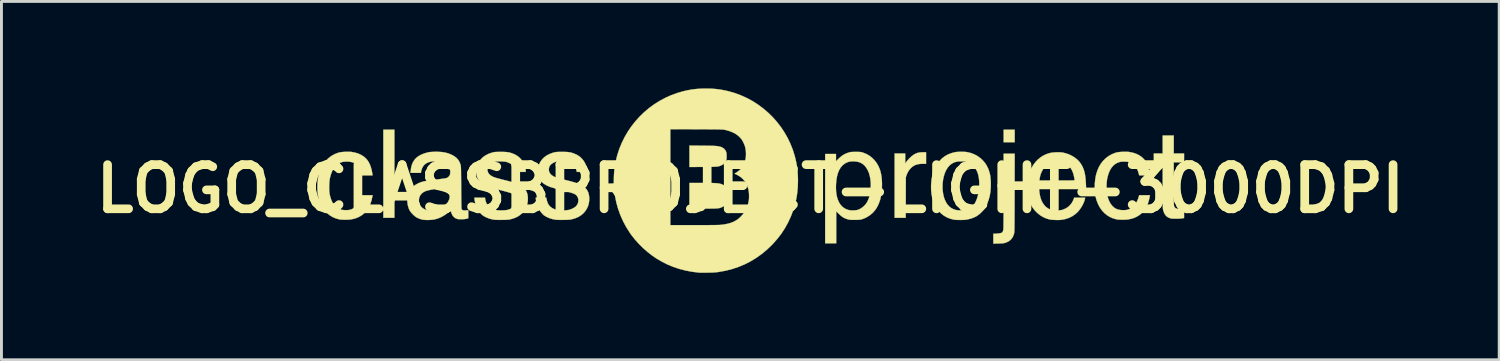
<source format=kicad_pcb>
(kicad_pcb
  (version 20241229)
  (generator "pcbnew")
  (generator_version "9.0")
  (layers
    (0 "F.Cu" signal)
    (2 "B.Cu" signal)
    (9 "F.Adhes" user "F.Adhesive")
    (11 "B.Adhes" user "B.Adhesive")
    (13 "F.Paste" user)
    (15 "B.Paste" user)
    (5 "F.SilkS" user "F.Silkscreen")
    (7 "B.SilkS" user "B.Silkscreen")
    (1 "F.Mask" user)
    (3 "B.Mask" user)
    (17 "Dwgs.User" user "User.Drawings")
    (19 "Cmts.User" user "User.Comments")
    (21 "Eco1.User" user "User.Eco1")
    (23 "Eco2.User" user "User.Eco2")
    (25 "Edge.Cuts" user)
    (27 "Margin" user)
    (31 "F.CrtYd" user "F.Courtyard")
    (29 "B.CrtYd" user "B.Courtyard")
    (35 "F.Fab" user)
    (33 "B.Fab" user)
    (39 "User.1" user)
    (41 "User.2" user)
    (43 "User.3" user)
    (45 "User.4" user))
  (footprint "LOGO_CLASSBPROJECT-LIGHT-3000DPI"
    (layer "F.Cu")
    (at 22.831 3.463)
    (property "Reference" "LOGO_CLASSBPROJECT-LIGHT-3000DPI" (at 0 0 0) (layer "F.SilkS") (effects (font (size 1.524 1.524) (thickness 0.3))))
    (attr through_hole)
    (fp_poly (pts (xy -12.277 0.999) (xy -12.658 0.999) (xy -12.658 -2.04) (xy -12.277 -2.04) (xy -12.277 0.999)) (stroke (width 0.01) (type solid)) (fill yes) (layer "F.SilkS"))
    (fp_poly (pts (xy 9.119 -1.609) (xy 8.738 -1.609) (xy 8.738 -2.04) (xy 9.119 -2.04) (xy 9.119 -1.609)) (stroke (width 0.01) (type solid)) (fill yes) (layer "F.SilkS"))
    (fp_poly (pts (xy 6.062 -0.864) (xy 5.949 -0.864) (xy 5.852 -0.859) (xy 5.766 -0.845) (xy 5.692 -0.822) (xy 5.625 -0.787) (xy 5.564 -0.74) (xy 5.531 -0.708) (xy 5.481 -0.649) (xy 5.442 -0.591) (xy 5.41 -0.527) (xy 5.39 -0.476) (xy 5.364 -0.402) (xy 5.361 0.298) (xy 5.359 0.999) (xy 4.978 0.999) (xy 4.978 -1.219) (xy 5.342 -1.219) (xy 5.342 -0.869) (xy 5.367 -0.908) (xy 5.396 -0.948) (xy 5.435 -0.995) (xy 5.479 -1.043) (xy 5.525 -1.089) (xy 5.569 -1.128) (xy 5.575 -1.133) (xy 5.641 -1.181) (xy 5.707 -1.217) (xy 5.774 -1.241) (xy 5.849 -1.256) (xy 5.933 -1.261) (xy 5.955 -1.262) (xy 6.062 -1.262) (xy 6.062 -0.864)) (stroke (width 0.01) (type solid)) (fill yes) (layer "F.SilkS"))
    (fp_poly (pts (xy -1.67 -0.203) (xy -1.553 -0.203) (xy -1.451 -0.202) (xy -1.363 -0.201) (xy -1.288 -0.2) (xy -1.224 -0.197) (xy -1.169 -0.194) (xy -1.123 -0.189) (xy -1.083 -0.184) (xy -1.049 -0.177) (xy -1.018 -0.169) (xy -0.99 -0.159) (xy -0.962 -0.147) (xy -0.942 -0.138) (xy -0.877 -0.097) (xy -0.824 -0.045) (xy -0.783 0.018) (xy -0.757 0.089) (xy -0.75 0.124) (xy -0.747 0.171) (xy -0.746 0.224) (xy -0.747 0.277) (xy -0.751 0.325) (xy -0.754 0.343) (xy -0.776 0.419) (xy -0.811 0.488) (xy -0.859 0.548) (xy -0.917 0.598) (xy -0.968 0.627) (xy -0.991 0.638) (xy -1.013 0.647) (xy -1.034 0.655) (xy -1.056 0.661) (xy -1.082 0.666) (xy -1.112 0.671) (xy -1.147 0.674) (xy -1.19 0.677) (xy -1.242 0.679) (xy -1.304 0.68) (xy -1.378 0.681) (xy -1.465 0.682) (xy -1.566 0.683) (xy -1.619 0.684) (xy -2.1 0.687) (xy -2.1 -0.203) (xy -1.67 -0.203)) (stroke (width 0.01) (type solid)) (fill yes) (layer "F.SilkS"))
    (fp_poly (pts (xy -1.645 -1.488) (xy -1.539 -1.487) (xy -1.449 -1.486) (xy -1.373 -1.484) (xy -1.308 -1.483) (xy -1.254 -1.481) (xy -1.209 -1.479) (xy -1.17 -1.476) (xy -1.137 -1.472) (xy -1.108 -1.468) (xy -1.081 -1.462) (xy -1.054 -1.456) (xy -1.026 -1.448) (xy -1.013 -1.444) (xy -0.955 -1.419) (xy -0.903 -1.379) (xy -0.866 -1.335) (xy -0.846 -1.302) (xy -0.832 -1.27) (xy -0.824 -1.234) (xy -0.819 -1.191) (xy -0.818 -1.135) (xy -0.818 -1.122) (xy -0.818 -1.074) (xy -0.82 -1.039) (xy -0.824 -1.012) (xy -0.831 -0.987) (xy -0.837 -0.972) (xy -0.869 -0.913) (xy -0.913 -0.864) (xy -0.971 -0.824) (xy -0.987 -0.817) (xy -1.011 -0.805) (xy -1.034 -0.795) (xy -1.056 -0.787) (xy -1.079 -0.78) (xy -1.104 -0.774) (xy -1.134 -0.769) (xy -1.169 -0.766) (xy -1.211 -0.763) (xy -1.262 -0.761) (xy -1.323 -0.759) (xy -1.395 -0.758) (xy -1.481 -0.757) (xy -1.582 -0.756) (xy -1.632 -0.756) (xy -2.1 -0.752) (xy -2.1 -1.492) (xy -1.645 -1.488)) (stroke (width 0.01) (type solid)) (fill yes) (layer "F.SilkS"))
    (fp_poly (pts (xy 9.116 0.133) (xy 9.116 0.311) (xy 9.115 0.472) (xy 9.115 0.618) (xy 9.115 0.75) (xy 9.114 0.868) (xy 9.114 0.973) (xy 9.113 1.066) (xy 9.113 1.147) (xy 9.112 1.218) (xy 9.111 1.28) (xy 9.111 1.332) (xy 9.11 1.376) (xy 9.109 1.414) (xy 9.108 1.444) (xy 9.107 1.469) (xy 9.105 1.489) (xy 9.104 1.505) (xy 9.102 1.518) (xy 9.101 1.528) (xy 9.099 1.537) (xy 9.071 1.622) (xy 9.032 1.695) (xy 8.982 1.755) (xy 8.919 1.805) (xy 8.844 1.844) (xy 8.776 1.867) (xy 8.75 1.873) (xy 8.716 1.878) (xy 8.672 1.881) (xy 8.615 1.884) (xy 8.553 1.886) (xy 8.382 1.89) (xy 8.382 1.549) (xy 8.435 1.549) (xy 8.482 1.548) (xy 8.533 1.543) (xy 8.583 1.537) (xy 8.626 1.529) (xy 8.658 1.52) (xy 8.661 1.519) (xy 8.686 1.505) (xy 8.704 1.483) (xy 8.717 1.45) (xy 8.727 1.405) (xy 8.729 1.392) (xy 8.73 1.375) (xy 8.731 1.341) (xy 8.732 1.292) (xy 8.733 1.227) (xy 8.734 1.147) (xy 8.735 1.052) (xy 8.735 0.943) (xy 8.736 0.82) (xy 8.737 0.684) (xy 8.737 0.535) (xy 8.737 0.374) (xy 8.737 0.201) (xy 8.737 0.061) (xy 8.738 -1.211) (xy 9.119 -1.211) (xy 9.116 0.133)) (stroke (width 0.01) (type solid)) (fill yes) (layer "F.SilkS"))
    (fp_poly (pts (xy 14.605 -1.219) (xy 14.961 -1.219) (xy 14.961 -0.914) (xy 14.605 -0.914) (xy 14.605 -0.171) (xy 14.605 -0.042) (xy 14.605 0.072) (xy 14.605 0.171) (xy 14.606 0.256) (xy 14.606 0.329) (xy 14.607 0.39) (xy 14.607 0.441) (xy 14.608 0.482) (xy 14.609 0.515) (xy 14.61 0.541) (xy 14.612 0.562) (xy 14.613 0.577) (xy 14.615 0.588) (xy 14.617 0.597) (xy 14.62 0.603) (xy 14.621 0.605) (xy 14.638 0.636) (xy 14.658 0.659) (xy 14.684 0.675) (xy 14.719 0.686) (xy 14.765 0.692) (xy 14.824 0.694) (xy 14.846 0.694) (xy 14.961 0.694) (xy 14.961 1.005) (xy 14.912 1.016) (xy 14.879 1.021) (xy 14.835 1.025) (xy 14.782 1.028) (xy 14.724 1.03) (xy 14.666 1.03) (xy 14.61 1.029) (xy 14.561 1.027) (xy 14.522 1.024) (xy 14.501 1.02) (xy 14.43 0.995) (xy 14.37 0.959) (xy 14.321 0.91) (xy 14.281 0.848) (xy 14.251 0.773) (xy 14.238 0.722) (xy 14.235 0.71) (xy 14.233 0.696) (xy 14.231 0.678) (xy 14.23 0.656) (xy 14.229 0.628) (xy 14.227 0.594) (xy 14.227 0.551) (xy 14.226 0.5) (xy 14.225 0.439) (xy 14.225 0.368) (xy 14.224 0.284) (xy 14.224 0.186) (xy 14.224 0.075) (xy 14.224 -0.051) (xy 14.224 -0.127) (xy 14.224 -0.914) (xy 13.919 -0.914) (xy 13.919 -1.219) (xy 14.224 -1.219) (xy 14.224 -1.837) (xy 14.605 -1.837) (xy 14.605 -1.219)) (stroke (width 0.01) (type solid)) (fill yes) (layer "F.SilkS"))
    (fp_poly (pts (xy -13.823 -1.277) (xy -13.767 -1.274) (xy -13.741 -1.27) (xy -13.62 -1.246) (xy -13.509 -1.21) (xy -13.41 -1.162) (xy -13.322 -1.104) (xy -13.247 -1.035) (xy -13.218 -1.002) (xy -13.167 -0.927) (xy -13.123 -0.841) (xy -13.087 -0.741) (xy -13.057 -0.627) (xy -13.035 -0.502) (xy -13.03 -0.466) (xy -13.4 -0.466) (xy -13.42 -0.539) (xy -13.447 -0.622) (xy -13.483 -0.7) (xy -13.526 -0.768) (xy -13.567 -0.816) (xy -13.619 -0.862) (xy -13.675 -0.896) (xy -13.739 -0.919) (xy -13.813 -0.934) (xy -13.899 -0.939) (xy -13.92 -0.94) (xy -13.976 -0.938) (xy -14.027 -0.934) (xy -14.065 -0.928) (xy -14.068 -0.927) (xy -14.155 -0.897) (xy -14.233 -0.852) (xy -14.302 -0.792) (xy -14.363 -0.718) (xy -14.415 -0.63) (xy -14.457 -0.527) (xy -14.492 -0.41) (xy -14.508 -0.332) (xy -14.516 -0.272) (xy -14.522 -0.2) (xy -14.526 -0.122) (xy -14.527 -0.042) (xy -14.526 0.035) (xy -14.521 0.104) (xy -14.517 0.144) (xy -14.495 0.256) (xy -14.463 0.359) (xy -14.422 0.453) (xy -14.373 0.534) (xy -14.317 0.601) (xy -14.264 0.648) (xy -14.211 0.683) (xy -14.15 0.708) (xy -14.109 0.72) (xy -14.052 0.73) (xy -13.986 0.736) (xy -13.917 0.736) (xy -13.853 0.731) (xy -13.81 0.724) (xy -13.731 0.696) (xy -13.658 0.654) (xy -13.591 0.597) (xy -13.532 0.527) (xy -13.482 0.444) (xy -13.44 0.35) (xy -13.411 0.256) (xy -13.402 0.22) (xy -13.029 0.22) (xy -13.035 0.252) (xy -13.064 0.389) (xy -13.102 0.512) (xy -13.151 0.623) (xy -13.21 0.72) (xy -13.279 0.805) (xy -13.359 0.879) (xy -13.416 0.92) (xy -13.496 0.967) (xy -13.578 1.003) (xy -13.667 1.032) (xy -13.768 1.053) (xy -13.77 1.054) (xy -13.816 1.06) (xy -13.873 1.063) (xy -13.936 1.066) (xy -14.002 1.066) (xy -14.065 1.064) (xy -14.122 1.061) (xy -14.167 1.055) (xy -14.176 1.054) (xy -14.293 1.022) (xy -14.402 0.976) (xy -14.503 0.915) (xy -14.595 0.842) (xy -14.677 0.755) (xy -14.749 0.656) (xy -14.811 0.545) (xy -14.861 0.423) (xy -14.892 0.318) (xy -14.916 0.204) (xy -14.93 0.078) (xy -14.935 -0.053) (xy -14.931 -0.188) (xy -14.918 -0.321) (xy -14.896 -0.448) (xy -14.883 -0.504) (xy -14.842 -0.634) (xy -14.789 -0.755) (xy -14.723 -0.866) (xy -14.645 -0.965) (xy -14.557 -1.053) (xy -14.459 -1.127) (xy -14.352 -1.189) (xy -14.235 -1.237) (xy -14.177 -1.254) (xy -14.136 -1.262) (xy -14.082 -1.269) (xy -14.02 -1.274) (xy -13.953 -1.277) (xy -13.886 -1.278) (xy -13.823 -1.277)) (stroke (width 0.01) (type solid)) (fill yes) (layer "F.SilkS"))
    (fp_poly (pts (xy 12.991 -1.277) (xy 13.047 -1.274) (xy 13.073 -1.27) (xy 13.194 -1.246) (xy 13.305 -1.21) (xy 13.404 -1.162) (xy 13.492 -1.104) (xy 13.567 -1.035) (xy 13.596 -1.002) (xy 13.647 -0.927) (xy 13.691 -0.841) (xy 13.727 -0.741) (xy 13.757 -0.627) (xy 13.779 -0.502) (xy 13.784 -0.466) (xy 13.414 -0.466) (xy 13.394 -0.539) (xy 13.367 -0.622) (xy 13.331 -0.7) (xy 13.288 -0.768) (xy 13.247 -0.816) (xy 13.195 -0.862) (xy 13.139 -0.896) (xy 13.075 -0.919) (xy 13.001 -0.934) (xy 12.915 -0.939) (xy 12.894 -0.94) (xy 12.838 -0.938) (xy 12.787 -0.934) (xy 12.749 -0.928) (xy 12.746 -0.927) (xy 12.659 -0.897) (xy 12.581 -0.852) (xy 12.512 -0.792) (xy 12.451 -0.718) (xy 12.399 -0.63) (xy 12.356 -0.527) (xy 12.322 -0.41) (xy 12.306 -0.332) (xy 12.298 -0.272) (xy 12.291 -0.2) (xy 12.288 -0.122) (xy 12.287 -0.042) (xy 12.288 0.035) (xy 12.293 0.104) (xy 12.297 0.144) (xy 12.319 0.256) (xy 12.351 0.359) (xy 12.392 0.453) (xy 12.441 0.534) (xy 12.497 0.601) (xy 12.55 0.648) (xy 12.603 0.683) (xy 12.664 0.708) (xy 12.705 0.72) (xy 12.762 0.73) (xy 12.828 0.736) (xy 12.897 0.736) (xy 12.961 0.731) (xy 13.004 0.724) (xy 13.083 0.696) (xy 13.156 0.654) (xy 13.223 0.597) (xy 13.282 0.527) (xy 13.332 0.444) (xy 13.374 0.35) (xy 13.403 0.256) (xy 13.412 0.22) (xy 13.785 0.22) (xy 13.779 0.252) (xy 13.75 0.389) (xy 13.712 0.512) (xy 13.663 0.623) (xy 13.604 0.72) (xy 13.535 0.805) (xy 13.455 0.879) (xy 13.398 0.92) (xy 13.318 0.967) (xy 13.236 1.003) (xy 13.147 1.032) (xy 13.046 1.053) (xy 13.044 1.054) (xy 12.998 1.06) (xy 12.941 1.063) (xy 12.878 1.066) (xy 12.812 1.066) (xy 12.749 1.064) (xy 12.692 1.061) (xy 12.647 1.055) (xy 12.638 1.054) (xy 12.521 1.022) (xy 12.412 0.976) (xy 12.311 0.915) (xy 12.219 0.842) (xy 12.137 0.755) (xy 12.065 0.656) (xy 12.003 0.545) (xy 11.953 0.423) (xy 11.921 0.318) (xy 11.898 0.204) (xy 11.884 0.078) (xy 11.879 -0.053) (xy 11.883 -0.188) (xy 11.896 -0.321) (xy 11.918 -0.448) (xy 11.931 -0.504) (xy 11.972 -0.634) (xy 12.025 -0.755) (xy 12.091 -0.866) (xy 12.168 -0.965) (xy 12.257 -1.053) (xy 12.355 -1.127) (xy 12.462 -1.189) (xy 12.579 -1.237) (xy 12.636 -1.254) (xy 12.678 -1.262) (xy 12.732 -1.269) (xy 12.794 -1.274) (xy 12.861 -1.277) (xy 12.928 -1.278) (xy 12.991 -1.277)) (stroke (width 0.01) (type solid)) (fill yes) (layer "F.SilkS"))
    (fp_poly (pts (xy 3.699 -1.274) (xy 3.743 -1.273) (xy 3.777 -1.271) (xy 3.805 -1.269) (xy 3.829 -1.265) (xy 3.852 -1.259) (xy 3.879 -1.251) (xy 3.882 -1.25) (xy 3.993 -1.207) (xy 4.096 -1.15) (xy 4.191 -1.079) (xy 4.276 -0.995) (xy 4.351 -0.9) (xy 4.414 -0.794) (xy 4.464 -0.678) (xy 4.474 -0.65) (xy 4.502 -0.548) (xy 4.523 -0.434) (xy 4.536 -0.311) (xy 4.542 -0.182) (xy 4.54 -0.051) (xy 4.531 0.08) (xy 4.514 0.207) (xy 4.49 0.326) (xy 4.475 0.385) (xy 4.43 0.513) (xy 4.374 0.629) (xy 4.306 0.732) (xy 4.226 0.824) (xy 4.136 0.902) (xy 4.034 0.968) (xy 3.992 0.991) (xy 3.937 1.016) (xy 3.888 1.036) (xy 3.841 1.051) (xy 3.793 1.061) (xy 3.74 1.067) (xy 3.678 1.07) (xy 3.602 1.071) (xy 3.594 1.071) (xy 3.535 1.07) (xy 3.49 1.07) (xy 3.456 1.068) (xy 3.428 1.066) (xy 3.404 1.062) (xy 3.381 1.056) (xy 3.355 1.049) (xy 3.349 1.047) (xy 3.286 1.026) (xy 3.233 1.002) (xy 3.185 0.974) (xy 3.137 0.939) (xy 3.086 0.894) (xy 3.059 0.868) (xy 2.963 0.775) (xy 2.963 1.327) (xy 2.963 1.88) (xy 2.582 1.88) (xy 2.582 -0.02) (xy 2.953 -0.02) (xy 2.96 0.113) (xy 2.978 0.234) (xy 3.007 0.343) (xy 3.045 0.44) (xy 3.094 0.524) (xy 3.152 0.596) (xy 3.22 0.654) (xy 3.297 0.698) (xy 3.384 0.729) (xy 3.416 0.736) (xy 3.454 0.741) (xy 3.503 0.744) (xy 3.556 0.744) (xy 3.609 0.742) (xy 3.655 0.737) (xy 3.686 0.732) (xy 3.762 0.704) (xy 3.836 0.662) (xy 3.905 0.608) (xy 3.967 0.545) (xy 4.019 0.475) (xy 4.037 0.442) (xy 4.076 0.357) (xy 4.106 0.268) (xy 4.129 0.172) (xy 4.144 0.066) (xy 4.153 -0.047) (xy 4.155 -0.179) (xy 4.145 -0.305) (xy 4.125 -0.423) (xy 4.096 -0.532) (xy 4.056 -0.63) (xy 4.007 -0.717) (xy 3.95 -0.791) (xy 3.937 -0.804) (xy 3.873 -0.859) (xy 3.803 -0.9) (xy 3.725 -0.928) (xy 3.638 -0.944) (xy 3.552 -0.948) (xy 3.499 -0.947) (xy 3.451 -0.943) (xy 3.412 -0.937) (xy 3.407 -0.935) (xy 3.32 -0.905) (xy 3.242 -0.86) (xy 3.173 -0.801) (xy 3.113 -0.729) (xy 3.062 -0.642) (xy 3.021 -0.541) (xy 2.99 -0.427) (xy 2.968 -0.299) (xy 2.956 -0.164) (xy 2.953 -0.02) (xy 2.582 -0.02) (xy 2.582 -1.202) (xy 2.955 -1.202) (xy 2.955 -0.951) (xy 3.046 -1.04) (xy 3.12 -1.107) (xy 3.192 -1.161) (xy 3.267 -1.203) (xy 3.349 -1.237) (xy 3.421 -1.259) (xy 3.445 -1.265) (xy 3.472 -1.269) (xy 3.505 -1.272) (xy 3.547 -1.273) (xy 3.601 -1.274) (xy 3.641 -1.274) (xy 3.699 -1.274)) (stroke (width 0.01) (type solid)) (fill yes) (layer "F.SilkS"))
    (fp_poly (pts (xy 7.334 -1.277) (xy 7.402 -1.274) (xy 7.461 -1.269) (xy 7.481 -1.265) (xy 7.607 -1.235) (xy 7.726 -1.189) (xy 7.838 -1.129) (xy 7.941 -1.054) (xy 8.005 -0.995) (xy 8.082 -0.909) (xy 8.146 -0.815) (xy 8.199 -0.711) (xy 8.236 -0.61) (xy 8.256 -0.54) (xy 8.272 -0.47) (xy 8.283 -0.397) (xy 8.29 -0.317) (xy 8.295 -0.224) (xy 8.295 -0.21) (xy 8.294 -0.047) (xy 8.281 0.105) (xy 8.257 0.247) (xy 8.22 0.381) (xy 8.17 0.507) (xy 8.107 0.627) (xy 8.07 0.686) (xy 7.999 0.78) (xy 7.917 0.861) (xy 7.826 0.929) (xy 7.724 0.984) (xy 7.61 1.027) (xy 7.485 1.057) (xy 7.455 1.063) (xy 7.411 1.068) (xy 7.356 1.072) (xy 7.294 1.074) (xy 7.228 1.074) (xy 7.163 1.073) (xy 7.103 1.071) (xy 7.053 1.067) (xy 7.023 1.063) (xy 6.9 1.032) (xy 6.786 0.988) (xy 6.682 0.929) (xy 6.587 0.856) (xy 6.502 0.77) (xy 6.427 0.67) (xy 6.369 0.571) (xy 6.317 0.451) (xy 6.277 0.321) (xy 6.25 0.181) (xy 6.236 0.034) (xy 6.235 -0.07) (xy 6.629 -0.07) (xy 6.635 0.056) (xy 6.651 0.174) (xy 6.676 0.284) (xy 6.711 0.384) (xy 6.756 0.474) (xy 6.808 0.551) (xy 6.869 0.616) (xy 6.937 0.667) (xy 6.97 0.685) (xy 7.022 0.708) (xy 7.071 0.725) (xy 7.122 0.735) (xy 7.179 0.741) (xy 7.246 0.743) (xy 7.281 0.742) (xy 7.335 0.741) (xy 7.375 0.739) (xy 7.407 0.735) (xy 7.435 0.73) (xy 7.462 0.723) (xy 7.481 0.717) (xy 7.555 0.686) (xy 7.62 0.646) (xy 7.677 0.593) (xy 7.727 0.529) (xy 7.771 0.45) (xy 7.811 0.356) (xy 7.827 0.31) (xy 7.863 0.186) (xy 7.886 0.062) (xy 7.897 -0.068) (xy 7.897 -0.207) (xy 7.897 -0.207) (xy 7.89 -0.315) (xy 7.877 -0.41) (xy 7.858 -0.495) (xy 7.832 -0.574) (xy 7.797 -0.651) (xy 7.795 -0.656) (xy 7.744 -0.737) (xy 7.681 -0.806) (xy 7.607 -0.863) (xy 7.523 -0.906) (xy 7.493 -0.917) (xy 7.461 -0.928) (xy 7.433 -0.935) (xy 7.403 -0.94) (xy 7.368 -0.944) (xy 7.322 -0.946) (xy 7.301 -0.946) (xy 7.225 -0.947) (xy 7.16 -0.943) (xy 7.103 -0.933) (xy 7.05 -0.917) (xy 6.996 -0.894) (xy 6.924 -0.85) (xy 6.858 -0.792) (xy 6.8 -0.72) (xy 6.75 -0.635) (xy 6.707 -0.539) (xy 6.674 -0.433) (xy 6.649 -0.318) (xy 6.634 -0.194) (xy 6.629 -0.07) (xy 6.235 -0.07) (xy 6.235 -0.12) (xy 6.239 -0.193) (xy 6.252 -0.322) (xy 6.272 -0.439) (xy 6.299 -0.546) (xy 6.335 -0.646) (xy 6.376 -0.737) (xy 6.443 -0.853) (xy 6.52 -0.956) (xy 6.607 -1.045) (xy 6.703 -1.12) (xy 6.809 -1.181) (xy 6.925 -1.228) (xy 7.049 -1.261) (xy 7.076 -1.266) (xy 7.128 -1.272) (xy 7.192 -1.277) (xy 7.263 -1.278) (xy 7.334 -1.277)) (stroke (width 0.01) (type solid)) (fill yes) (layer "F.SilkS"))
    (fp_poly (pts (xy 10.683 -1.26) (xy 10.748 -1.254) (xy 10.78 -1.25) (xy 10.895 -1.221) (xy 11.006 -1.181) (xy 11.11 -1.129) (xy 11.205 -1.068) (xy 11.289 -0.999) (xy 11.359 -0.922) (xy 11.385 -0.887) (xy 11.428 -0.82) (xy 11.465 -0.751) (xy 11.495 -0.678) (xy 11.52 -0.6) (xy 11.54 -0.514) (xy 11.555 -0.418) (xy 11.567 -0.31) (xy 11.575 -0.189) (xy 11.578 -0.121) (xy 11.582 0.008) (xy 9.965 0.008) (xy 9.965 0.044) (xy 9.967 0.08) (xy 9.973 0.127) (xy 9.981 0.18) (xy 9.991 0.234) (xy 10.002 0.282) (xy 10.008 0.303) (xy 10.041 0.4) (xy 10.086 0.487) (xy 10.139 0.563) (xy 10.2 0.626) (xy 10.268 0.675) (xy 10.298 0.69) (xy 10.352 0.714) (xy 10.406 0.73) (xy 10.464 0.739) (xy 10.529 0.743) (xy 10.605 0.743) (xy 10.656 0.741) (xy 10.696 0.738) (xy 10.728 0.733) (xy 10.757 0.727) (xy 10.788 0.717) (xy 10.791 0.716) (xy 10.882 0.676) (xy 10.964 0.623) (xy 11.034 0.557) (xy 11.093 0.48) (xy 11.139 0.392) (xy 11.148 0.368) (xy 11.172 0.305) (xy 11.549 0.305) (xy 11.544 0.337) (xy 11.525 0.411) (xy 11.494 0.491) (xy 11.453 0.573) (xy 11.404 0.655) (xy 11.35 0.731) (xy 11.291 0.799) (xy 11.277 0.813) (xy 11.187 0.891) (xy 11.087 0.956) (xy 10.976 1.007) (xy 10.856 1.045) (xy 10.747 1.066) (xy 10.695 1.072) (xy 10.632 1.075) (xy 10.563 1.075) (xy 10.492 1.073) (xy 10.425 1.069) (xy 10.367 1.063) (xy 10.329 1.057) (xy 10.212 1.024) (xy 10.101 0.975) (xy 9.996 0.911) (xy 9.897 0.83) (xy 9.889 0.823) (xy 9.808 0.74) (xy 9.741 0.652) (xy 9.685 0.557) (xy 9.639 0.453) (xy 9.603 0.339) (xy 9.576 0.212) (xy 9.567 0.152) (xy 9.563 0.106) (xy 9.56 0.047) (xy 9.558 -0.02) (xy 9.559 -0.091) (xy 9.56 -0.161) (xy 9.564 -0.227) (xy 9.568 -0.284) (xy 9.569 -0.288) (xy 9.972 -0.288) (xy 10.578 -0.288) (xy 10.694 -0.288) (xy 10.794 -0.288) (xy 10.88 -0.288) (xy 10.952 -0.288) (xy 11.012 -0.289) (xy 11.061 -0.289) (xy 11.099 -0.29) (xy 11.129 -0.291) (xy 11.151 -0.292) (xy 11.166 -0.294) (xy 11.176 -0.296) (xy 11.182 -0.298) (xy 11.184 -0.3) (xy 11.184 -0.303) (xy 11.182 -0.328) (xy 11.176 -0.366) (xy 11.168 -0.411) (xy 11.157 -0.458) (xy 11.145 -0.504) (xy 11.134 -0.544) (xy 11.133 -0.546) (xy 11.096 -0.639) (xy 11.047 -0.72) (xy 10.988 -0.789) (xy 10.918 -0.844) (xy 10.869 -0.872) (xy 10.806 -0.899) (xy 10.742 -0.917) (xy 10.672 -0.928) (xy 10.592 -0.931) (xy 10.587 -0.931) (xy 10.49 -0.926) (xy 10.403 -0.908) (xy 10.326 -0.879) (xy 10.313 -0.872) (xy 10.23 -0.818) (xy 10.158 -0.752) (xy 10.096 -0.673) (xy 10.046 -0.584) (xy 10.008 -0.485) (xy 9.983 -0.377) (xy 9.978 -0.337) (xy 9.972 -0.288) (xy 9.569 -0.288) (xy 9.572 -0.31) (xy 9.6 -0.456) (xy 9.642 -0.592) (xy 9.698 -0.718) (xy 9.767 -0.834) (xy 9.85 -0.94) (xy 9.905 -0.997) (xy 9.998 -1.077) (xy 10.099 -1.143) (xy 10.21 -1.195) (xy 10.329 -1.234) (xy 10.386 -1.245) (xy 10.455 -1.254) (xy 10.531 -1.259) (xy 10.609 -1.261) (xy 10.683 -1.26)) (stroke (width 0.01) (type solid)) (fill yes) (layer "F.SilkS"))
    (fp_poly (pts (xy -8.53 -1.274) (xy -8.464 -1.272) (xy -8.408 -1.268) (xy -8.359 -1.262) (xy -8.314 -1.254) (xy -8.27 -1.242) (xy -8.223 -1.226) (xy -8.194 -1.216) (xy -8.106 -1.177) (xy -8.029 -1.13) (xy -7.98 -1.092) (xy -7.918 -1.032) (xy -7.864 -0.962) (xy -7.818 -0.885) (xy -7.782 -0.804) (xy -7.758 -0.722) (xy -7.747 -0.643) (xy -7.747 -0.629) (xy -7.747 -0.584) (xy -8.101 -0.584) (xy -8.111 -0.631) (xy -8.127 -0.684) (xy -8.151 -0.738) (xy -8.181 -0.787) (xy -8.214 -0.826) (xy -8.218 -0.829) (xy -8.264 -0.864) (xy -8.323 -0.895) (xy -8.389 -0.921) (xy -8.412 -0.928) (xy -8.446 -0.935) (xy -8.494 -0.94) (xy -8.549 -0.944) (xy -8.609 -0.947) (xy -8.668 -0.947) (xy -8.722 -0.946) (xy -8.768 -0.943) (xy -8.786 -0.94) (xy -8.856 -0.922) (xy -8.92 -0.893) (xy -8.976 -0.856) (xy -9.02 -0.811) (xy -9.044 -0.775) (xy -9.056 -0.743) (xy -9.064 -0.702) (xy -9.066 -0.684) (xy -9.063 -0.62) (xy -9.045 -0.563) (xy -9.012 -0.512) (xy -8.962 -0.466) (xy -8.897 -0.426) (xy -8.838 -0.399) (xy -8.814 -0.391) (xy -8.777 -0.379) (xy -8.728 -0.365) (xy -8.67 -0.35) (xy -8.606 -0.333) (xy -8.538 -0.315) (xy -8.501 -0.306) (xy -8.38 -0.276) (xy -8.276 -0.248) (xy -8.185 -0.222) (xy -8.106 -0.197) (xy -8.039 -0.173) (xy -7.982 -0.15) (xy -7.932 -0.126) (xy -7.89 -0.102) (xy -7.854 -0.077) (xy -7.843 -0.069) (xy -7.804 -0.031) (xy -7.767 0.017) (xy -7.733 0.07) (xy -7.708 0.122) (xy -7.707 0.127) (xy -7.683 0.213) (xy -7.673 0.306) (xy -7.674 0.402) (xy -7.688 0.498) (xy -7.713 0.59) (xy -7.742 0.659) (xy -7.798 0.753) (xy -7.866 0.835) (xy -7.945 0.905) (xy -8.037 0.964) (xy -8.141 1.01) (xy -8.257 1.046) (xy -8.262 1.047) (xy -8.293 1.054) (xy -8.32 1.059) (xy -8.348 1.063) (xy -8.38 1.066) (xy -8.418 1.068) (xy -8.465 1.07) (xy -8.525 1.071) (xy -8.56 1.071) (xy -8.621 1.072) (xy -8.681 1.072) (xy -8.735 1.071) (xy -8.78 1.069) (xy -8.814 1.067) (xy -8.826 1.066) (xy -8.92 1.049) (xy -9.013 1.023) (xy -9.1 0.989) (xy -9.177 0.95) (xy -9.233 0.914) (xy -9.276 0.875) (xy -9.322 0.825) (xy -9.366 0.768) (xy -9.405 0.707) (xy -9.428 0.665) (xy -9.46 0.588) (xy -9.487 0.503) (xy -9.505 0.416) (xy -9.512 0.366) (xy -9.518 0.305) (xy -9.153 0.305) (xy -9.148 0.337) (xy -9.143 0.363) (xy -9.136 0.397) (xy -9.131 0.417) (xy -9.104 0.496) (xy -9.065 0.563) (xy -9.012 0.62) (xy -8.947 0.667) (xy -8.868 0.703) (xy -8.776 0.729) (xy -8.735 0.737) (xy -8.693 0.741) (xy -8.641 0.744) (xy -8.583 0.744) (xy -8.522 0.742) (xy -8.464 0.739) (xy -8.412 0.733) (xy -8.372 0.727) (xy -8.361 0.724) (xy -8.303 0.704) (xy -8.244 0.679) (xy -8.191 0.649) (xy -8.147 0.618) (xy -8.127 0.6) (xy -8.088 0.549) (xy -8.062 0.491) (xy -8.049 0.43) (xy -8.049 0.367) (xy -8.062 0.308) (xy -8.087 0.26) (xy -8.102 0.239) (xy -8.119 0.22) (xy -8.139 0.203) (xy -8.165 0.187) (xy -8.197 0.171) (xy -8.237 0.154) (xy -8.286 0.137) (xy -8.345 0.119) (xy -8.416 0.098) (xy -8.5 0.076) (xy -8.599 0.05) (xy -8.644 0.038) (xy -8.738 0.014) (xy -8.816 -0.006) (xy -8.882 -0.024) (xy -8.938 -0.04) (xy -8.984 -0.054) (xy -9.024 -0.067) (xy -9.059 -0.08) (xy -9.09 -0.094) (xy -9.121 -0.108) (xy -9.153 -0.123) (xy -9.153 -0.124) (xy -9.241 -0.177) (xy -9.315 -0.237) (xy -9.373 -0.305) (xy -9.415 -0.38) (xy -9.443 -0.462) (xy -9.455 -0.551) (xy -9.454 -0.63) (xy -9.437 -0.739) (xy -9.406 -0.84) (xy -9.36 -0.931) (xy -9.301 -1.013) (xy -9.228 -1.086) (xy -9.143 -1.148) (xy -9.044 -1.2) (xy -8.934 -1.241) (xy -8.884 -1.255) (xy -8.858 -1.261) (xy -8.834 -1.266) (xy -8.808 -1.269) (xy -8.777 -1.272) (xy -8.739 -1.273) (xy -8.691 -1.274) (xy -8.63 -1.274) (xy -8.611 -1.274) (xy -8.53 -1.274)) (stroke (width 0.01) (type solid)) (fill yes) (layer "F.SilkS"))
    (fp_poly (pts (xy -6.414 -1.274) (xy -6.347 -1.272) (xy -6.291 -1.268) (xy -6.242 -1.262) (xy -6.197 -1.254) (xy -6.153 -1.242) (xy -6.106 -1.226) (xy -6.078 -1.216) (xy -5.99 -1.177) (xy -5.912 -1.13) (xy -5.863 -1.092) (xy -5.802 -1.032) (xy -5.747 -0.962) (xy -5.701 -0.885) (xy -5.665 -0.804) (xy -5.641 -0.722) (xy -5.631 -0.643) (xy -5.63 -0.629) (xy -5.63 -0.584) (xy -5.985 -0.584) (xy -5.994 -0.631) (xy -6.01 -0.684) (xy -6.035 -0.738) (xy -6.065 -0.787) (xy -6.097 -0.826) (xy -6.101 -0.829) (xy -6.147 -0.864) (xy -6.206 -0.895) (xy -6.272 -0.921) (xy -6.295 -0.928) (xy -6.33 -0.935) (xy -6.377 -0.94) (xy -6.432 -0.944) (xy -6.492 -0.947) (xy -6.551 -0.947) (xy -6.606 -0.946) (xy -6.651 -0.943) (xy -6.67 -0.94) (xy -6.739 -0.922) (xy -6.804 -0.893) (xy -6.859 -0.856) (xy -6.904 -0.811) (xy -6.928 -0.775) (xy -6.939 -0.743) (xy -6.947 -0.702) (xy -6.949 -0.684) (xy -6.947 -0.62) (xy -6.928 -0.563) (xy -6.895 -0.512) (xy -6.846 -0.466) (xy -6.781 -0.426) (xy -6.721 -0.399) (xy -6.698 -0.391) (xy -6.66 -0.379) (xy -6.611 -0.365) (xy -6.554 -0.35) (xy -6.49 -0.333) (xy -6.422 -0.315) (xy -6.384 -0.306) (xy -6.264 -0.276) (xy -6.159 -0.248) (xy -6.068 -0.222) (xy -5.99 -0.197) (xy -5.922 -0.173) (xy -5.865 -0.15) (xy -5.816 -0.126) (xy -5.774 -0.102) (xy -5.737 -0.077) (xy -5.726 -0.069) (xy -5.688 -0.031) (xy -5.65 0.017) (xy -5.617 0.07) (xy -5.592 0.122) (xy -5.59 0.127) (xy -5.567 0.213) (xy -5.556 0.306) (xy -5.557 0.402) (xy -5.571 0.498) (xy -5.596 0.59) (xy -5.625 0.659) (xy -5.681 0.753) (xy -5.749 0.835) (xy -5.829 0.905) (xy -5.92 0.964) (xy -6.024 1.01) (xy -6.14 1.046) (xy -6.146 1.047) (xy -6.176 1.054) (xy -6.204 1.059) (xy -6.232 1.063) (xy -6.263 1.066) (xy -6.301 1.068) (xy -6.348 1.07) (xy -6.408 1.071) (xy -6.443 1.071) (xy -6.505 1.072) (xy -6.564 1.072) (xy -6.618 1.071) (xy -6.664 1.069) (xy -6.697 1.067) (xy -6.71 1.066) (xy -6.804 1.049) (xy -6.896 1.023) (xy -6.983 0.989) (xy -7.06 0.95) (xy -7.116 0.914) (xy -7.16 0.875) (xy -7.205 0.825) (xy -7.249 0.768) (xy -7.288 0.707) (xy -7.311 0.665) (xy -7.343 0.588) (xy -7.37 0.503) (xy -7.389 0.416) (xy -7.396 0.366) (xy -7.402 0.305) (xy -7.037 0.305) (xy -7.031 0.337) (xy -7.026 0.363) (xy -7.019 0.397) (xy -7.014 0.417) (xy -6.987 0.496) (xy -6.948 0.563) (xy -6.896 0.62) (xy -6.83 0.667) (xy -6.752 0.703) (xy -6.66 0.729) (xy -6.618 0.737) (xy -6.577 0.741) (xy -6.525 0.744) (xy -6.466 0.744) (xy -6.406 0.742) (xy -6.347 0.739) (xy -6.296 0.733) (xy -6.255 0.727) (xy -6.244 0.724) (xy -6.186 0.704) (xy -6.128 0.679) (xy -6.074 0.649) (xy -6.03 0.618) (xy -6.01 0.6) (xy -5.972 0.549) (xy -5.945 0.491) (xy -5.932 0.43) (xy -5.932 0.367) (xy -5.946 0.308) (xy -5.97 0.26) (xy -5.985 0.239) (xy -6.002 0.22) (xy -6.023 0.203) (xy -6.049 0.187) (xy -6.08 0.171) (xy -6.12 0.154) (xy -6.169 0.137) (xy -6.228 0.119) (xy -6.299 0.098) (xy -6.383 0.076) (xy -6.482 0.05) (xy -6.528 0.038) (xy -6.621 0.014) (xy -6.7 -0.006) (xy -6.766 -0.024) (xy -6.821 -0.04) (xy -6.868 -0.054) (xy -6.907 -0.067) (xy -6.942 -0.08) (xy -6.974 -0.094) (xy -7.004 -0.108) (xy -7.036 -0.123) (xy -7.036 -0.124) (xy -7.125 -0.177) (xy -7.198 -0.237) (xy -7.256 -0.305) (xy -7.299 -0.38) (xy -7.326 -0.462) (xy -7.338 -0.551) (xy -7.337 -0.63) (xy -7.32 -0.739) (xy -7.289 -0.84) (xy -7.243 -0.931) (xy -7.184 -1.013) (xy -7.112 -1.086) (xy -7.026 -1.148) (xy -6.928 -1.2) (xy -6.817 -1.241) (xy -6.768 -1.255) (xy -6.742 -1.261) (xy -6.717 -1.266) (xy -6.691 -1.269) (xy -6.661 -1.272) (xy -6.623 -1.273) (xy -6.574 -1.274) (xy -6.513 -1.274) (xy -6.494 -1.274) (xy -6.414 -1.274)) (stroke (width 0.01) (type solid)) (fill yes) (layer "F.SilkS"))
    (fp_poly (pts (xy -1.382 -3.456) (xy -1.243 -3.448) (xy -1.109 -3.434) (xy -0.977 -3.413) (xy -0.84 -3.386) (xy -0.755 -3.366) (xy -0.538 -3.304) (xy -0.328 -3.226) (xy -0.124 -3.134) (xy 0.072 -3.029) (xy 0.259 -2.909) (xy 0.438 -2.777) (xy 0.607 -2.634) (xy 0.766 -2.479) (xy 0.914 -2.313) (xy 1.05 -2.138) (xy 1.173 -1.953) (xy 1.284 -1.759) (xy 1.381 -1.558) (xy 1.464 -1.35) (xy 1.531 -1.135) (xy 1.548 -1.07) (xy 1.579 -0.938) (xy 1.603 -0.813) (xy 1.621 -0.691) (xy 1.633 -0.566) (xy 1.64 -0.434) (xy 1.643 -0.291) (xy 1.643 -0.279) (xy 1.638 -0.076) (xy 1.621 0.116) (xy 1.594 0.302) (xy 1.554 0.486) (xy 1.501 0.671) (xy 1.476 0.749) (xy 1.394 0.963) (xy 1.299 1.167) (xy 1.191 1.362) (xy 1.069 1.548) (xy 0.932 1.726) (xy 0.779 1.898) (xy 0.741 1.938) (xy 0.57 2.101) (xy 0.391 2.249) (xy 0.204 2.382) (xy 0.009 2.501) (xy -0.193 2.604) (xy -0.404 2.692) (xy -0.622 2.765) (xy -0.847 2.823) (xy -1.079 2.865) (xy -1.12 2.871) (xy -1.172 2.877) (xy -1.225 2.882) (xy -1.283 2.886) (xy -1.35 2.888) (xy -1.428 2.89) (xy -1.486 2.891) (xy -1.55 2.892) (xy -1.61 2.892) (xy -1.664 2.892) (xy -1.708 2.892) (xy -1.742 2.891) (xy -1.761 2.89) (xy -1.761 2.89) (xy -1.998 2.862) (xy -2.225 2.82) (xy -2.443 2.764) (xy -2.654 2.694) (xy -2.858 2.61) (xy -3.056 2.51) (xy -3.226 2.411) (xy -3.386 2.302) (xy -3.544 2.179) (xy -3.698 2.044) (xy -3.843 1.9) (xy -3.978 1.75) (xy -4.1 1.596) (xy -4.151 1.524) (xy -4.276 1.327) (xy -4.316 1.253) (xy -2.76 1.253) (xy -1.94 1.253) (xy -1.799 1.253) (xy -1.667 1.253) (xy -1.545 1.252) (xy -1.434 1.252) (xy -1.334 1.251) (xy -1.246 1.25) (xy -1.172 1.249) (xy -1.112 1.248) (xy -1.067 1.246) (xy -1.038 1.245) (xy -1.032 1.244) (xy -0.902 1.228) (xy -0.787 1.206) (xy -0.683 1.178) (xy -0.591 1.142) (xy -0.506 1.098) (xy -0.428 1.046) (xy -0.354 0.984) (xy -0.348 0.978) (xy -0.261 0.885) (xy -0.188 0.782) (xy -0.129 0.67) (xy -0.084 0.55) (xy -0.055 0.424) (xy -0.054 0.422) (xy -0.047 0.359) (xy -0.043 0.286) (xy -0.044 0.21) (xy -0.048 0.136) (xy -0.056 0.068) (xy -0.067 0.013) (xy -0.104 -0.101) (xy -0.154 -0.202) (xy -0.216 -0.292) (xy -0.29 -0.37) (xy -0.376 -0.436) (xy -0.474 -0.49) (xy -0.485 -0.495) (xy -0.512 -0.508) (xy -0.532 -0.519) (xy -0.541 -0.525) (xy -0.542 -0.526) (xy -0.535 -0.532) (xy -0.519 -0.541) (xy -0.463 -0.573) (xy -0.404 -0.617) (xy -0.346 -0.668) (xy -0.294 -0.725) (xy -0.252 -0.782) (xy -0.236 -0.81) (xy -0.198 -0.896) (xy -0.171 -0.993) (xy -0.154 -1.097) (xy -0.149 -1.205) (xy -0.155 -1.314) (xy -0.173 -1.421) (xy -0.178 -1.441) (xy -0.198 -1.505) (xy -0.227 -1.574) (xy -0.261 -1.641) (xy -0.298 -1.702) (xy -0.326 -1.738) (xy -0.399 -1.814) (xy -0.484 -1.88) (xy -0.583 -1.936) (xy -0.694 -1.983) (xy -0.819 -2.021) (xy -0.893 -2.038) (xy -0.906 -2.04) (xy -0.92 -2.042) (xy -0.939 -2.044) (xy -0.961 -2.046) (xy -0.989 -2.047) (xy -1.024 -2.048) (xy -1.066 -2.049) (xy -1.116 -2.05) (xy -1.176 -2.051) (xy -1.246 -2.052) (xy -1.328 -2.053) (xy -1.422 -2.053) (xy -1.529 -2.054) (xy -1.651 -2.054) (xy -1.788 -2.055) (xy -1.861 -2.055) (xy -2.76 -2.058) (xy -2.76 1.253) (xy -4.316 1.253) (xy -4.386 1.123) (xy -4.48 0.913) (xy -4.558 0.697) (xy -4.621 0.475) (xy -4.667 0.247) (xy -4.695 0.044) (xy -4.703 -0.062) (xy -4.708 -0.18) (xy -4.708 -0.304) (xy -4.705 -0.43) (xy -4.699 -0.554) (xy -4.688 -0.669) (xy -4.682 -0.724) (xy -4.643 -0.946) (xy -4.589 -1.163) (xy -4.52 -1.375) (xy -4.436 -1.58) (xy -4.338 -1.779) (xy -4.227 -1.97) (xy -4.104 -2.152) (xy -3.968 -2.325) (xy -3.82 -2.489) (xy -3.662 -2.643) (xy -3.494 -2.785) (xy -3.316 -2.915) (xy -3.128 -3.033) (xy -2.933 -3.138) (xy -2.73 -3.229) (xy -2.519 -3.306) (xy -2.31 -3.366) (xy -2.168 -3.398) (xy -2.034 -3.423) (xy -1.902 -3.44) (xy -1.766 -3.452) (xy -1.623 -3.457) (xy -1.532 -3.458) (xy -1.382 -3.456)) (stroke (width 0.01) (type solid)) (fill yes) (layer "F.SilkS"))
    (fp_poly (pts (xy -10.664 -1.271) (xy -10.569 -1.259) (xy -10.481 -1.24) (xy -10.397 -1.214) (xy -10.315 -1.18) (xy -10.291 -1.169) (xy -10.207 -1.121) (xy -10.137 -1.067) (xy -10.08 -1.005) (xy -10.036 -0.934) (xy -10.002 -0.851) (xy -9.993 -0.826) (xy -9.991 -0.815) (xy -9.989 -0.803) (xy -9.986 -0.789) (xy -9.985 -0.77) (xy -9.983 -0.745) (xy -9.982 -0.715) (xy -9.98 -0.677) (xy -9.979 -0.631) (xy -9.978 -0.575) (xy -9.978 -0.508) (xy -9.977 -0.429) (xy -9.976 -0.337) (xy -9.975 -0.231) (xy -9.974 -0.11) (xy -9.974 -0.047) (xy -9.973 0.087) (xy -9.972 0.205) (xy -9.971 0.308) (xy -9.97 0.396) (xy -9.969 0.471) (xy -9.968 0.534) (xy -9.967 0.585) (xy -9.966 0.626) (xy -9.964 0.657) (xy -9.963 0.679) (xy -9.961 0.693) (xy -9.959 0.7) (xy -9.959 0.701) (xy -9.945 0.72) (xy -9.927 0.734) (xy -9.903 0.741) (xy -9.87 0.744) (xy -9.823 0.744) (xy -9.817 0.743) (xy -9.728 0.739) (xy -9.728 1.015) (xy -9.773 1.029) (xy -9.807 1.037) (xy -9.853 1.043) (xy -9.906 1.047) (xy -9.962 1.049) (xy -10.016 1.048) (xy -10.064 1.046) (xy -10.101 1.041) (xy -10.11 1.038) (xy -10.172 1.013) (xy -10.225 0.974) (xy -10.268 0.923) (xy -10.302 0.857) (xy -10.327 0.777) (xy -10.333 0.752) (xy -10.338 0.729) (xy -10.378 0.772) (xy -10.435 0.826) (xy -10.505 0.88) (xy -10.583 0.93) (xy -10.665 0.975) (xy -10.746 1.011) (xy -10.76 1.016) (xy -10.845 1.043) (xy -10.929 1.061) (xy -11.018 1.071) (xy -11.117 1.075) (xy -11.127 1.075) (xy -11.18 1.074) (xy -11.23 1.071) (xy -11.273 1.068) (xy -11.304 1.063) (xy -11.307 1.063) (xy -11.378 1.043) (xy -11.449 1.017) (xy -11.512 0.986) (xy -11.521 0.981) (xy -11.558 0.955) (xy -11.601 0.919) (xy -11.645 0.877) (xy -11.686 0.832) (xy -11.722 0.789) (xy -11.746 0.754) (xy -11.784 0.671) (xy -11.811 0.58) (xy -11.827 0.484) (xy -11.829 0.429) (xy -11.433 0.429) (xy -11.421 0.501) (xy -11.395 0.565) (xy -11.353 0.622) (xy -11.297 0.67) (xy -11.228 0.709) (xy -11.176 0.73) (xy -11.139 0.738) (xy -11.089 0.742) (xy -11.032 0.743) (xy -10.971 0.741) (xy -10.911 0.736) (xy -10.856 0.728) (xy -10.825 0.72) (xy -10.789 0.709) (xy -10.744 0.692) (xy -10.697 0.672) (xy -10.661 0.655) (xy -10.615 0.632) (xy -10.58 0.612) (xy -10.551 0.591) (xy -10.523 0.566) (xy -10.504 0.548) (xy -10.458 0.496) (xy -10.424 0.447) (xy -10.416 0.432) (xy -10.4 0.397) (xy -10.387 0.365) (xy -10.377 0.333) (xy -10.37 0.298) (xy -10.365 0.257) (xy -10.361 0.208) (xy -10.359 0.147) (xy -10.357 0.078) (xy -10.356 0.023) (xy -10.355 -0.027) (xy -10.355 -0.068) (xy -10.356 -0.098) (xy -10.356 -0.116) (xy -10.357 -0.119) (xy -10.366 -0.115) (xy -10.386 -0.107) (xy -10.413 -0.095) (xy -10.416 -0.094) (xy -10.46 -0.076) (xy -10.511 -0.06) (xy -10.572 -0.044) (xy -10.645 -0.029) (xy -10.73 -0.013) (xy -10.831 0.002) (xy -10.843 0.004) (xy -10.94 0.019) (xy -11.023 0.033) (xy -11.093 0.048) (xy -11.151 0.063) (xy -11.2 0.079) (xy -11.241 0.097) (xy -11.277 0.117) (xy -11.309 0.141) (xy -11.333 0.162) (xy -11.379 0.216) (xy -11.411 0.277) (xy -11.429 0.348) (xy -11.429 0.351) (xy -11.433 0.429) (xy -11.829 0.429) (xy -11.83 0.385) (xy -11.822 0.287) (xy -11.801 0.193) (xy -11.769 0.106) (xy -11.746 0.06) (xy -11.693 -0.014) (xy -11.625 -0.081) (xy -11.545 -0.14) (xy -11.453 -0.191) (xy -11.351 -0.232) (xy -11.257 -0.258) (xy -11.237 -0.262) (xy -11.203 -0.268) (xy -11.156 -0.275) (xy -11.098 -0.283) (xy -11.032 -0.292) (xy -10.96 -0.302) (xy -10.883 -0.312) (xy -10.847 -0.317) (xy -10.759 -0.328) (xy -10.687 -0.338) (xy -10.628 -0.346) (xy -10.581 -0.352) (xy -10.544 -0.358) (xy -10.516 -0.363) (xy -10.494 -0.368) (xy -10.477 -0.373) (xy -10.464 -0.378) (xy -10.452 -0.384) (xy -10.446 -0.387) (xy -10.413 -0.411) (xy -10.387 -0.44) (xy -10.377 -0.458) (xy -10.365 -0.48) (xy -10.357 -0.499) (xy -10.353 -0.519) (xy -10.351 -0.546) (xy -10.351 -0.584) (xy -10.35 -0.593) (xy -10.353 -0.655) (xy -10.36 -0.705) (xy -10.375 -0.747) (xy -10.397 -0.784) (xy -10.423 -0.816) (xy -10.476 -0.861) (xy -10.543 -0.898) (xy -10.623 -0.926) (xy -10.626 -0.927) (xy -10.668 -0.935) (xy -10.723 -0.942) (xy -10.785 -0.946) (xy -10.85 -0.947) (xy -10.914 -0.947) (xy -10.972 -0.944) (xy -11.019 -0.938) (xy -11.029 -0.936) (xy -11.114 -0.911) (xy -11.185 -0.876) (xy -11.243 -0.83) (xy -11.29 -0.773) (xy -11.325 -0.703) (xy -11.35 -0.62) (xy -11.358 -0.582) (xy -11.363 -0.55) (xy -11.72 -0.55) (xy -11.715 -0.619) (xy -11.7 -0.73) (xy -11.674 -0.83) (xy -11.637 -0.918) (xy -11.588 -0.996) (xy -11.526 -1.064) (xy -11.452 -1.123) (xy -11.363 -1.173) (xy -11.26 -1.216) (xy -11.146 -1.25) (xy -11.114 -1.258) (xy -11.085 -1.264) (xy -11.053 -1.268) (xy -11.017 -1.271) (xy -10.973 -1.274) (xy -10.917 -1.275) (xy -10.888 -1.276) (xy -10.769 -1.276) (xy -10.664 -1.271)) (stroke (width 0.01) (type solid)) (fill yes) (layer "F.SilkS")))
  (gr_rect
    (start -3 -3)
    (end 48.662 9.36)
    (stroke (width 0.1) (type default))
    (fill no)
    (layer "Edge.Cuts")))
</source>
